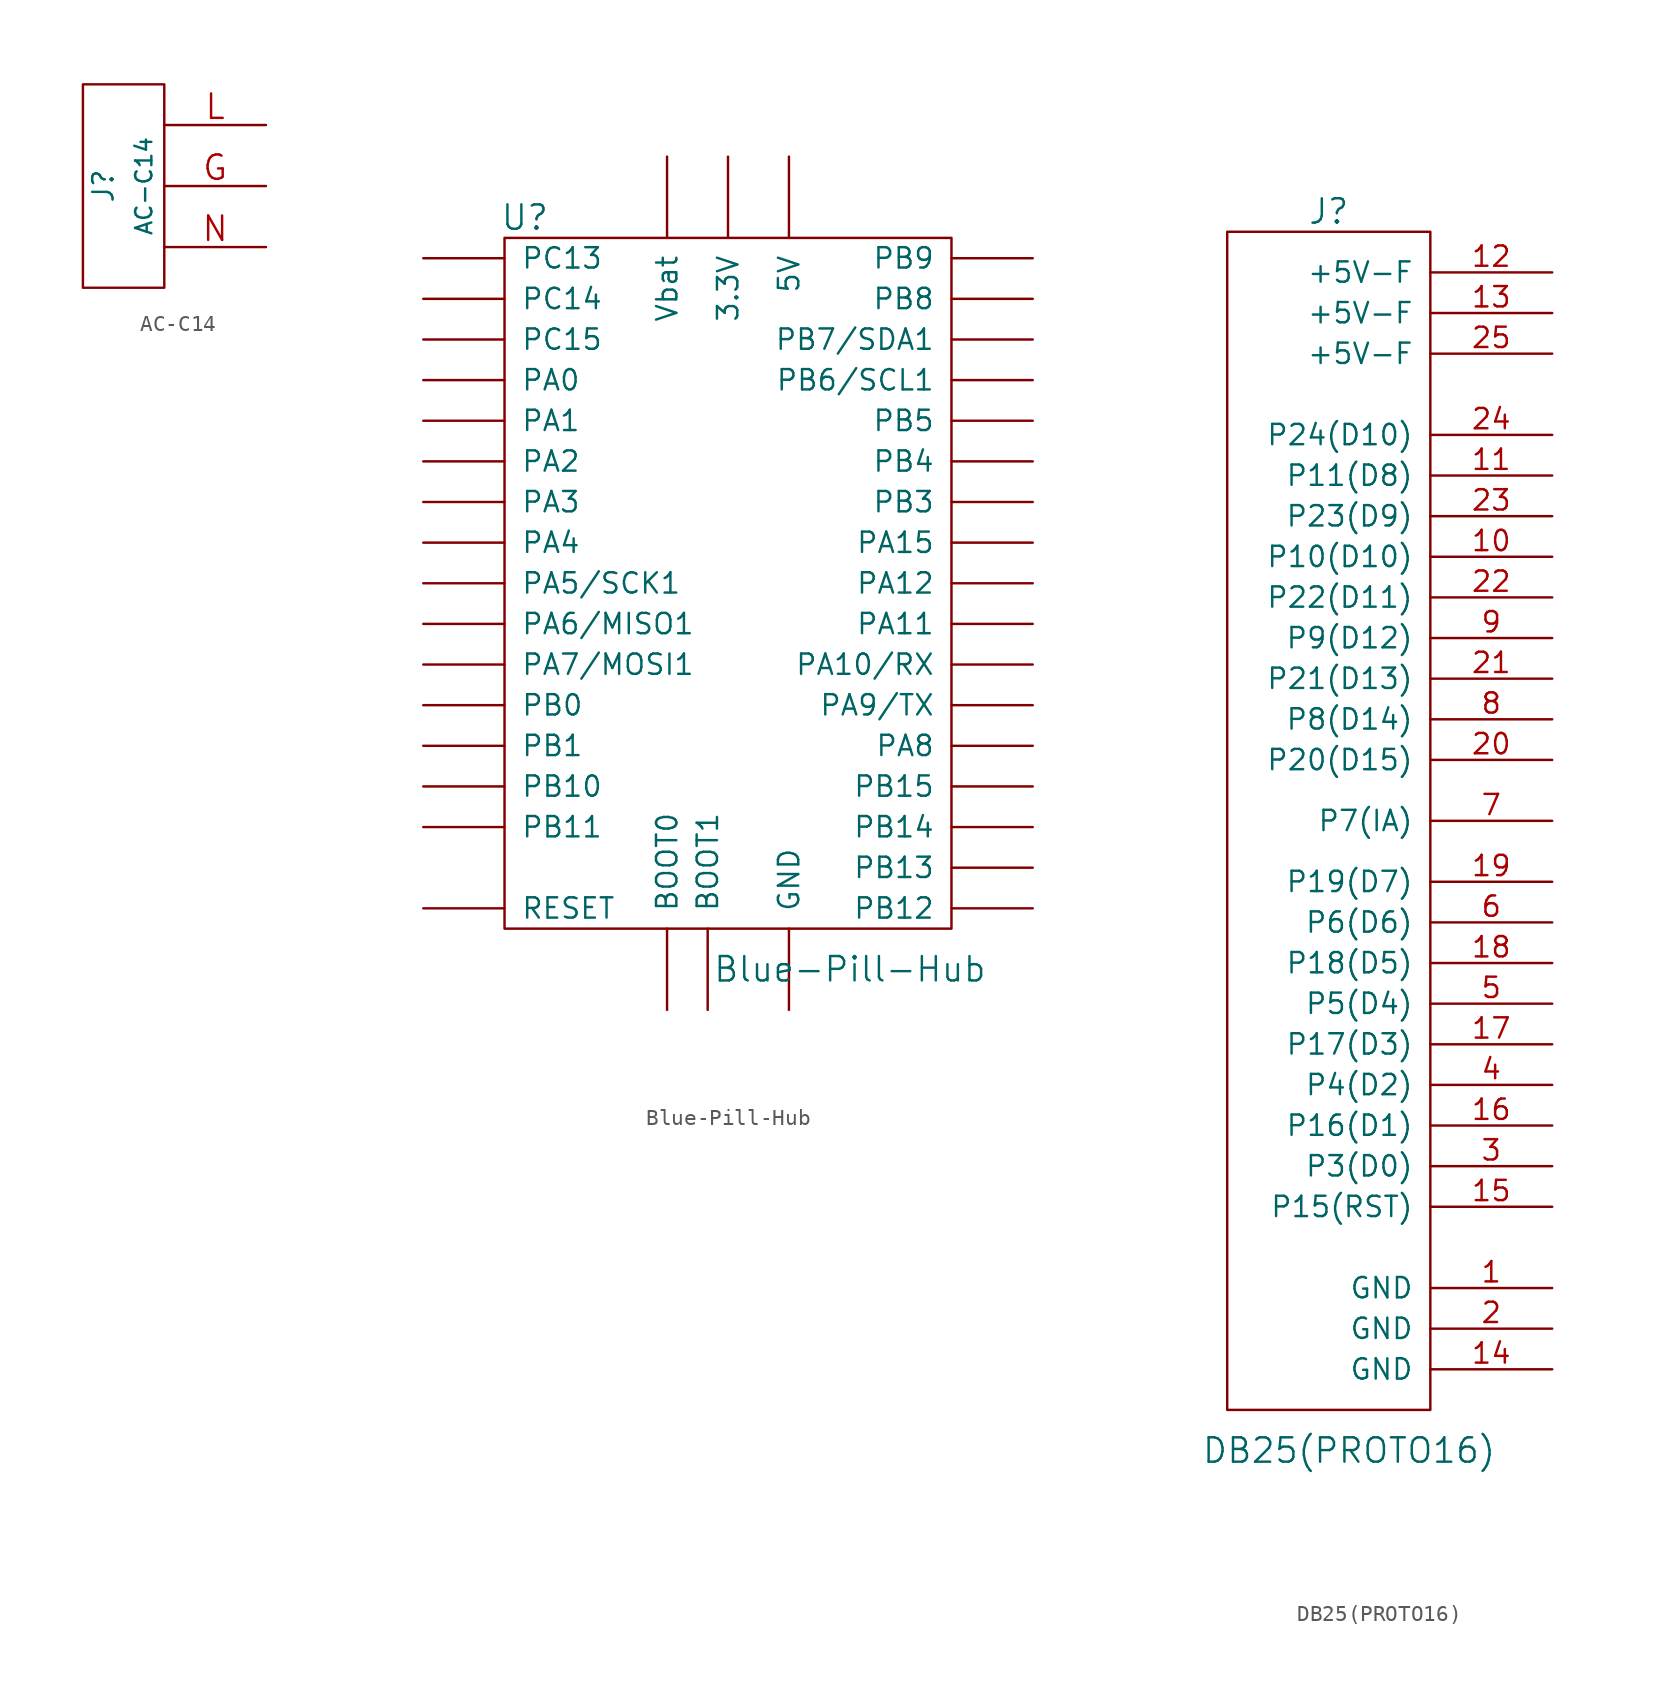
<source format=kicad_sym>
(kicad_symbol_lib
  (version 20211014)
  (generator kicad_symbol_editor)
  (symbol "AC-C14"
    (pin_names
      (offset 1.016) hide)
    (property "Reference" "J"
      (at -1.27 0 90)
      (effects (font (size 1.27 1.27))))
    (property "Value" "AC-C14"
      (at 1.27 0 90)
      (effects (font (size 1.016 1.016))))
    (property "Footprint" ""
      (at 0 0 0)
      (effects (font (size 1.524 1.524))))
    (property "Datasheet" ""
      (at 0 0 0)
      (effects (font (size 1.524 1.524))))
    (symbol "AC-C14_0_1"
      (rectangle (start -2.54 6.35) (end 2.54 -6.35) (stroke (width 0) (type default) (color 0 0 0 0)) (fill (type none))))
    (symbol "AC-C14_1_1"
      (pin power_out line (at 8.89 0 180) (length 6.35) (name "G" (effects (font (size 1.524 1.524)))) (number "G" (effects (font (size 1.524 1.524)))))
      (pin power_out line (at 8.89 3.81 180) (length 6.35) (name "L" (effects (font (size 1.524 1.524)))) (number "L" (effects (font (size 1.524 1.524)))))
      (pin power_out line (at 8.89 -3.81 180) (length 6.35) (name "N" (effects (font (size 1.524 1.524)))) (number "N" (effects (font (size 1.524 1.524)))))))
  (symbol "Blue-Pill-Hub"
    (pin_numbers hide)
    (pin_names
      (offset 1.016))
    (property "Reference" "U"
      (at -12.7 22.86 0)
      (effects (font (size 1.524 1.524))))
    (property "Value" "Blue-Pill-Hub"
      (at 7.62 -24.13 0)
      (effects (font (size 1.524 1.524))))
    (symbol "Blue-Pill-Hub_0_1"
      (rectangle (start -13.97 21.59) (end 13.97 -21.59) (stroke (width 0) (type default) (color 0 0 0 0)) (fill (type none))))
    (symbol "Blue-Pill-Hub_1_1"
      (pin power_out line (at 0 26.67 270) (length 5.08) (name "3.3V" (effects (font (size 1.27 1.27)))) (number "3V3" (effects (font (size 1.27 1.27)))))
      (pin power_out line (at 3.81 26.67 270) (length 5.08) (name "5V" (effects (font (size 1.27 1.27)))) (number "5V" (effects (font (size 1.27 1.27)))))
      (pin input line (at -3.81 -26.67 90) (length 5.08) (name "BOOT0" (effects (font (size 1.27 1.27)))) (number "BOOT" (effects (font (size 1.27 1.27)))))
      (pin power_out line (at 3.81 -26.67 90) (length 5.08) (name "GND" (effects (font (size 1.27 1.27)))) (number "G" (effects (font (size 1.27 1.27)))))
      (pin input line (at -19.05 -20.32 0) (length 5.08) (name "RESET" (effects (font (size 1.27 1.27)))) (number "NRST" (effects (font (size 1.27 1.27)))))
      (pin bidirectional line (at -19.05 12.7 0) (length 5.08) (name "PA0" (effects (font (size 1.27 1.27)))) (number "PA0" (effects (font (size 1.27 1.27)))))
      (pin bidirectional line (at -19.05 10.16 0) (length 5.08) (name "PA1" (effects (font (size 1.27 1.27)))) (number "PA1" (effects (font (size 1.27 1.27)))))
      (pin bidirectional line (at 19.05 -5.08 180) (length 5.08) (name "PA10/RX" (effects (font (size 1.27 1.27)))) (number "PA10" (effects (font (size 1.27 1.27)))))
      (pin bidirectional line (at 19.05 -2.54 180) (length 5.08) (name "PA11" (effects (font (size 1.27 1.27)))) (number "PA11" (effects (font (size 1.27 1.27)))))
      (pin bidirectional line (at 19.05 0 180) (length 5.08) (name "PA12" (effects (font (size 1.27 1.27)))) (number "PA12" (effects (font (size 1.27 1.27)))))
      (pin bidirectional line (at 19.05 2.54 180) (length 5.08) (name "PA15" (effects (font (size 1.27 1.27)))) (number "PA15" (effects (font (size 1.27 1.27)))))
      (pin bidirectional line (at -19.05 7.62 0) (length 5.08) (name "PA2" (effects (font (size 1.27 1.27)))) (number "PA2" (effects (font (size 1.27 1.27)))))
      (pin bidirectional line (at -19.05 5.08 0) (length 5.08) (name "PA3" (effects (font (size 1.27 1.27)))) (number "PA3" (effects (font (size 1.27 1.27)))))
      (pin bidirectional line (at -19.05 2.54 0) (length 5.08) (name "PA4" (effects (font (size 1.27 1.27)))) (number "PA4" (effects (font (size 1.27 1.27)))))
      (pin bidirectional line (at -19.05 0 0) (length 5.08) (name "PA5/SCK1" (effects (font (size 1.27 1.27)))) (number "PA5" (effects (font (size 1.27 1.27)))))
      (pin bidirectional line (at -19.05 -2.54 0) (length 5.08) (name "PA6/MISO1" (effects (font (size 1.27 1.27)))) (number "PA6" (effects (font (size 1.27 1.27)))))
      (pin bidirectional line (at -19.05 -5.08 0) (length 5.08) (name "PA7/MOSI1" (effects (font (size 1.27 1.27)))) (number "PA7" (effects (font (size 1.27 1.27)))))
      (pin bidirectional line (at 19.05 -10.16 180) (length 5.08) (name "PA8" (effects (font (size 1.27 1.27)))) (number "PA8" (effects (font (size 1.27 1.27)))))
      (pin bidirectional line (at 19.05 -7.62 180) (length 5.08) (name "PA9/TX" (effects (font (size 1.27 1.27)))) (number "PA9" (effects (font (size 1.27 1.27)))))
      (pin bidirectional line (at -19.05 -7.62 0) (length 5.08) (name "PB0" (effects (font (size 1.27 1.27)))) (number "PB0" (effects (font (size 1.27 1.27)))))
      (pin bidirectional line (at -19.05 -10.16 0) (length 5.08) (name "PB1" (effects (font (size 1.27 1.27)))) (number "PB1" (effects (font (size 1.27 1.27)))))
      (pin bidirectional line (at -19.05 -12.7 0) (length 5.08) (name "PB10" (effects (font (size 1.27 1.27)))) (number "PB10" (effects (font (size 1.27 1.27)))))
      (pin bidirectional line (at -19.05 -15.24 0) (length 5.08) (name "PB11" (effects (font (size 1.27 1.27)))) (number "PB11" (effects (font (size 1.27 1.27)))))
      (pin bidirectional line (at 19.05 -20.32 180) (length 5.08) (name "PB12" (effects (font (size 1.27 1.27)))) (number "PB12" (effects (font (size 1.27 1.27)))))
      (pin bidirectional line (at 19.05 -17.78 180) (length 5.08) (name "PB13" (effects (font (size 1.27 1.27)))) (number "PB13" (effects (font (size 1.27 1.27)))))
      (pin bidirectional line (at 19.05 -15.24 180) (length 5.08) (name "PB14" (effects (font (size 1.27 1.27)))) (number "PB14" (effects (font (size 1.27 1.27)))))
      (pin bidirectional line (at 19.05 -12.7 180) (length 5.08) (name "PB15" (effects (font (size 1.27 1.27)))) (number "PB15" (effects (font (size 1.27 1.27)))))
      (pin input line (at -1.27 -26.67 90) (length 5.08) (name "BOOT1" (effects (font (size 1.27 1.27)))) (number "PB2" (effects (font (size 1.27 1.27)))))
      (pin bidirectional line (at 19.05 5.08 180) (length 5.08) (name "PB3" (effects (font (size 1.27 1.27)))) (number "PB3" (effects (font (size 1.27 1.27)))))
      (pin bidirectional line (at 19.05 7.62 180) (length 5.08) (name "PB4" (effects (font (size 1.27 1.27)))) (number "PB4" (effects (font (size 1.27 1.27)))))
      (pin bidirectional line (at 19.05 10.16 180) (length 5.08) (name "PB5" (effects (font (size 1.27 1.27)))) (number "PB5" (effects (font (size 1.27 1.27)))))
      (pin bidirectional line (at 19.05 12.7 180) (length 5.08) (name "PB6/SCL1" (effects (font (size 1.27 1.27)))) (number "PB6" (effects (font (size 1.27 1.27)))))
      (pin bidirectional line (at 19.05 15.24 180) (length 5.08) (name "PB7/SDA1" (effects (font (size 1.27 1.27)))) (number "PB7" (effects (font (size 1.27 1.27)))))
      (pin bidirectional line (at 19.05 17.78 180) (length 5.08) (name "PB8" (effects (font (size 1.27 1.27)))) (number "PB8" (effects (font (size 1.27 1.27)))))
      (pin bidirectional line (at 19.05 20.32 180) (length 5.08) (name "PB9" (effects (font (size 1.27 1.27)))) (number "PB9" (effects (font (size 1.27 1.27)))))
      (pin bidirectional line (at -19.05 20.32 0) (length 5.08) (name "PC13" (effects (font (size 1.27 1.27)))) (number "PC13" (effects (font (size 1.27 1.27)))))
      (pin bidirectional line (at -19.05 17.78 0) (length 5.08) (name "PC14" (effects (font (size 1.27 1.27)))) (number "PC14" (effects (font (size 1.27 1.27)))))
      (pin bidirectional line (at -19.05 15.24 0) (length 5.08) (name "PC15" (effects (font (size 1.27 1.27)))) (number "PC15" (effects (font (size 1.27 1.27)))))
      (pin power_in line (at -3.81 26.67 270) (length 5.08) (name "Vbat" (effects (font (size 1.27 1.27)))) (number "VBAT" (effects (font (size 1.27 1.27)))))))
  (symbol "DB25(PROTO16)"
    (pin_names
      (offset 1.016))
    (property "Reference" "J"
      (at -1.27 38.1 0)
      (effects (font (size 1.524 1.524))))
    (property "Value" "DB25(PROTO16)"
      (at 0 -39.37 0)
      (effects (font (size 1.524 1.524))))
    (property "Footprint" ""
      (at -1.27 -21.59 0)
      (effects (font (size 1.524 1.524))))
    (property "Datasheet" ""
      (at -1.27 -21.59 0)
      (effects (font (size 1.524 1.524))))
    (symbol "DB25(PROTO16)_0_1"
      (rectangle (start -7.62 -36.83) (end 5.08 36.83) (stroke (width 0) (type default) (color 0 0 0 0)) (fill (type none))))
    (symbol "DB25(PROTO16)_1_1"
      (pin power_out line (at 12.7 -29.21 180) (length 7.62) (name "GND" (effects (font (size 1.27 1.27)))) (number "1" (effects (font (size 1.27 1.27)))))
      (pin input line (at 12.7 16.51 180) (length 7.62) (name "P10(D10)" (effects (font (size 1.27 1.27)))) (number "10" (effects (font (size 1.27 1.27)))))
      (pin input line (at 12.7 21.59 180) (length 7.62) (name "P11(D8)" (effects (font (size 1.27 1.27)))) (number "11" (effects (font (size 1.27 1.27)))))
      (pin power_out line (at 12.7 34.29 180) (length 7.62) (name "+5V-F" (effects (font (size 1.27 1.27)))) (number "12" (effects (font (size 1.27 1.27)))))
      (pin power_out line (at 12.7 31.75 180) (length 7.62) (name "+5V-F" (effects (font (size 1.27 1.27)))) (number "13" (effects (font (size 1.27 1.27)))))
      (pin power_out line (at 12.7 -34.29 180) (length 7.62) (name "GND" (effects (font (size 1.27 1.27)))) (number "14" (effects (font (size 1.27 1.27)))))
      (pin input line (at 12.7 -24.13 180) (length 7.62) (name "P15(RST)" (effects (font (size 1.27 1.27)))) (number "15" (effects (font (size 1.27 1.27)))))
      (pin input line (at 12.7 -19.05 180) (length 7.62) (name "P16(D1)" (effects (font (size 1.27 1.27)))) (number "16" (effects (font (size 1.27 1.27)))))
      (pin input line (at 12.7 -13.97 180) (length 7.62) (name "P17(D3)" (effects (font (size 1.27 1.27)))) (number "17" (effects (font (size 1.27 1.27)))))
      (pin bidirectional line (at 12.7 -8.89 180) (length 7.62) (name "P18(D5)" (effects (font (size 1.27 1.27)))) (number "18" (effects (font (size 1.27 1.27)))))
      (pin input line (at 12.7 -3.81 180) (length 7.62) (name "P19(D7)" (effects (font (size 1.27 1.27)))) (number "19" (effects (font (size 1.27 1.27)))))
      (pin power_out line (at 12.7 -31.75 180) (length 7.62) (name "GND" (effects (font (size 1.27 1.27)))) (number "2" (effects (font (size 1.27 1.27)))))
      (pin input line (at 12.7 3.81 180) (length 7.62) (name "P20(D15)" (effects (font (size 1.27 1.27)))) (number "20" (effects (font (size 1.27 1.27)))))
      (pin input line (at 12.7 8.89 180) (length 7.62) (name "P21(D13)" (effects (font (size 1.27 1.27)))) (number "21" (effects (font (size 1.27 1.27)))))
      (pin bidirectional line (at 12.7 13.97 180) (length 7.62) (name "P22(D11)" (effects (font (size 1.27 1.27)))) (number "22" (effects (font (size 1.27 1.27)))))
      (pin input line (at 12.7 19.05 180) (length 7.62) (name "P23(D9)" (effects (font (size 1.27 1.27)))) (number "23" (effects (font (size 1.27 1.27)))))
      (pin input line (at 12.7 24.13 180) (length 7.62) (name "P24(D10)" (effects (font (size 1.27 1.27)))) (number "24" (effects (font (size 1.27 1.27)))))
      (pin power_out line (at 12.7 29.21 180) (length 7.62) (name "+5V-F" (effects (font (size 1.27 1.27)))) (number "25" (effects (font (size 1.27 1.27)))))
      (pin power_out line (at 12.7 -21.59 180) (length 7.62) (name "P3(D0)" (effects (font (size 1.27 1.27)))) (number "3" (effects (font (size 1.27 1.27)))))
      (pin power_out line (at 12.7 -16.51 180) (length 7.62) (name "P4(D2)" (effects (font (size 1.27 1.27)))) (number "4" (effects (font (size 1.27 1.27)))))
      (pin power_out line (at 12.7 -11.43 180) (length 7.62) (name "P5(D4)" (effects (font (size 1.27 1.27)))) (number "5" (effects (font (size 1.27 1.27)))))
      (pin power_out line (at 12.7 -6.35 180) (length 7.62) (name "P6(D6)" (effects (font (size 1.27 1.27)))) (number "6" (effects (font (size 1.27 1.27)))))
      (pin input line (at 12.7 0 180) (length 7.62) (name "P7(IA)" (effects (font (size 1.27 1.27)))) (number "7" (effects (font (size 1.27 1.27)))))
      (pin input line (at 12.7 6.35 180) (length 7.62) (name "P8(D14)" (effects (font (size 1.27 1.27)))) (number "8" (effects (font (size 1.27 1.27)))))
      (pin input line (at 12.7 11.43 180) (length 7.62) (name "P9(D12)" (effects (font (size 1.27 1.27)))) (number "9" (effects (font (size 1.27 1.27))))))))
</source>
